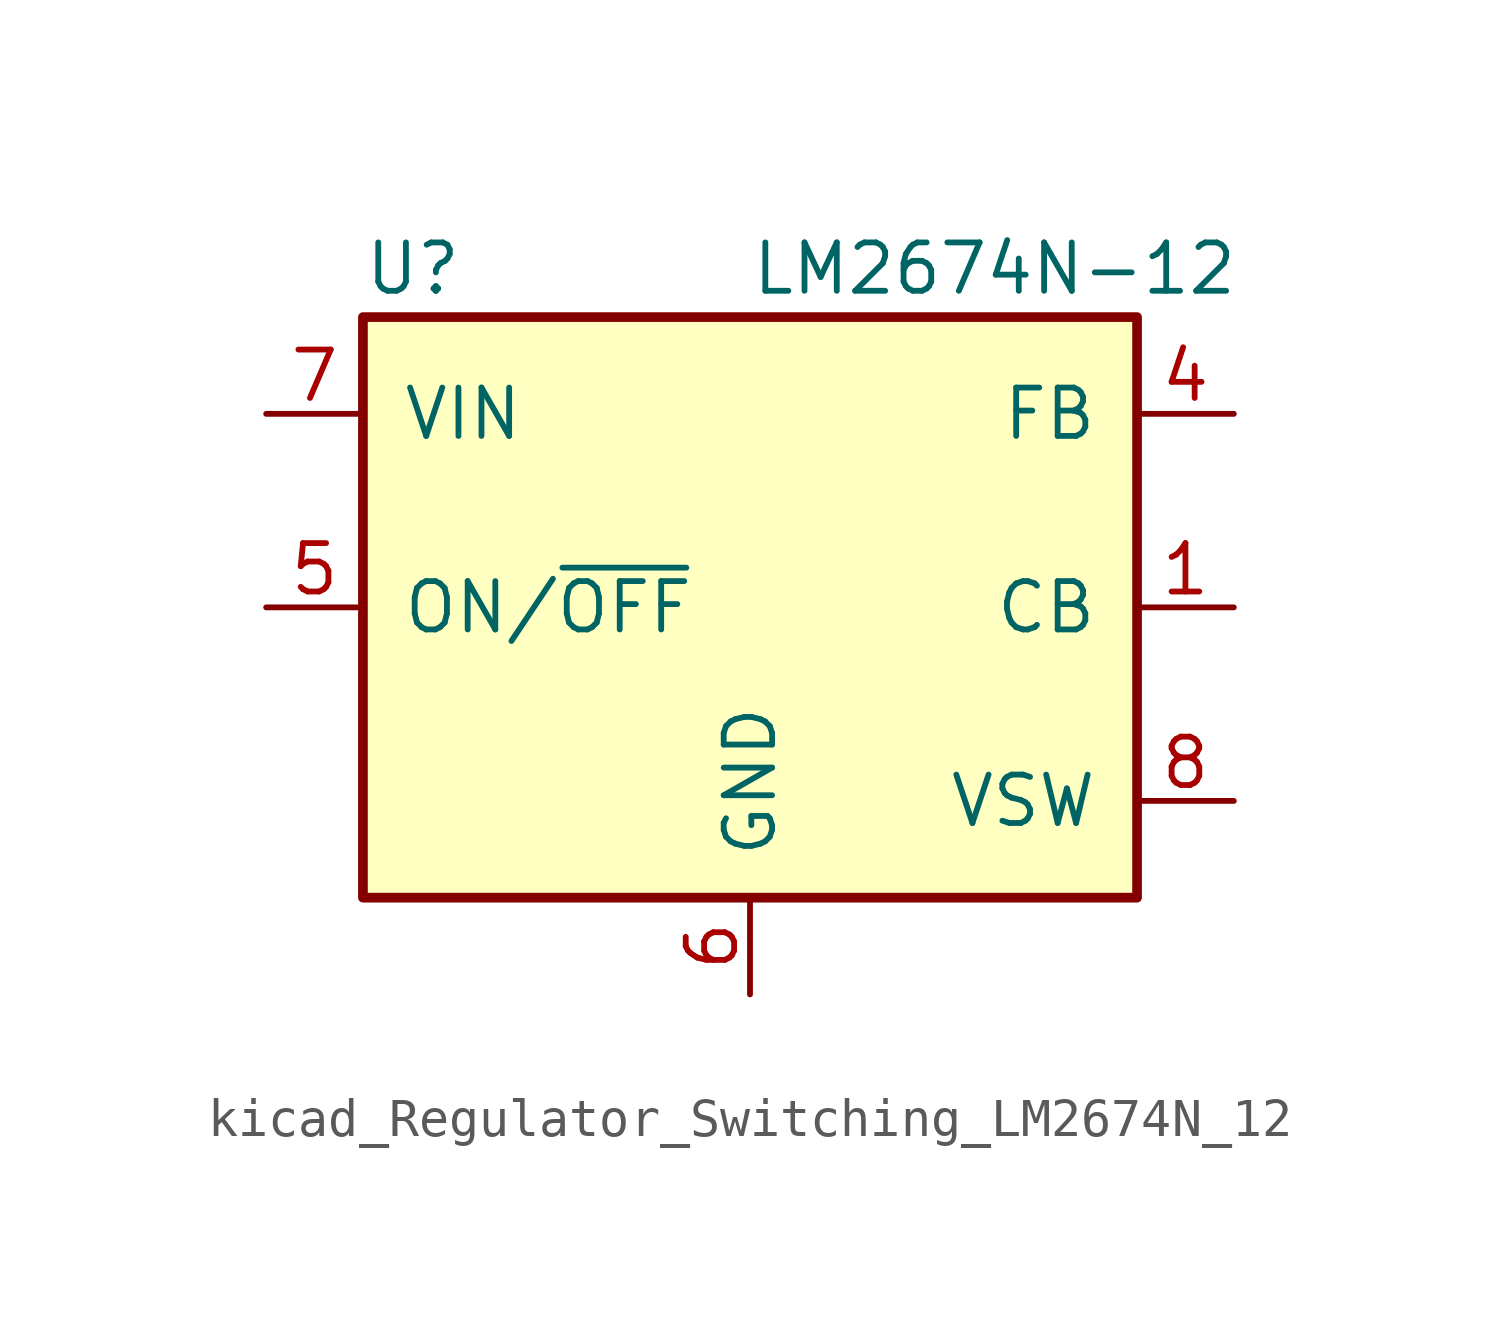
<source format=kicad_sym>
(kicad_symbol_lib
  (version 20220914)
  (generator kicad_symbol_editor)
  (symbol "kicad_Regulator_Switching_LM2674N_12"
    (pin_names
      (offset 1.016))
    (property "Reference" "U"
      (at -10.16 8.89 0)
      (effects (font (size 1.27 1.27)) (justify left)))
    (property "Value" "LM2674N-12"
      (at 0 8.89 0)
      (effects (font (size 1.27 1.27)) (justify left)))
    (symbol "kicad_Regulator_Switching_LM2674N_12_0_1"
      (rectangle (start -10.16 7.62) (end 10.16 -7.62) (stroke (width 0.254) (type default)) (fill (type background))))
    (symbol "kicad_Regulator_Switching_LM2674N_12_1_1"
      (pin input line (at 12.7 0 180) (length 2.54) (name "CB" (effects (font (size 1.27 1.27)))) (number "1" (effects (font (size 1.27 1.27)))))
      (pin no_connect line (at -10.16 -2.54 0) (length 2.54) hide (name "NC" (effects (font (size 1.27 1.27)))) (number "2" (effects (font (size 1.27 1.27)))))
      (pin no_connect line (at -10.16 -5.08 0) (length 2.54) hide (name "NC" (effects (font (size 1.27 1.27)))) (number "3" (effects (font (size 1.27 1.27)))))
      (pin input line (at 12.7 5.08 180) (length 2.54) (name "FB" (effects (font (size 1.27 1.27)))) (number "4" (effects (font (size 1.27 1.27)))))
      (pin input line (at -12.7 0 0) (length 2.54) (name "ON/~{OFF}" (effects (font (size 1.27 1.27)))) (number "5" (effects (font (size 1.27 1.27)))))
      (pin power_in line (at 0 -10.16 90) (length 2.54) (name "GND" (effects (font (size 1.27 1.27)))) (number "6" (effects (font (size 1.27 1.27)))))
      (pin power_in line (at -12.7 5.08 0) (length 2.54) (name "VIN" (effects (font (size 1.27 1.27)))) (number "7" (effects (font (size 1.27 1.27)))))
      (pin output line (at 12.7 -5.08 180) (length 2.54) (name "VSW" (effects (font (size 1.27 1.27)))) (number "8" (effects (font (size 1.27 1.27))))))))
</source>
